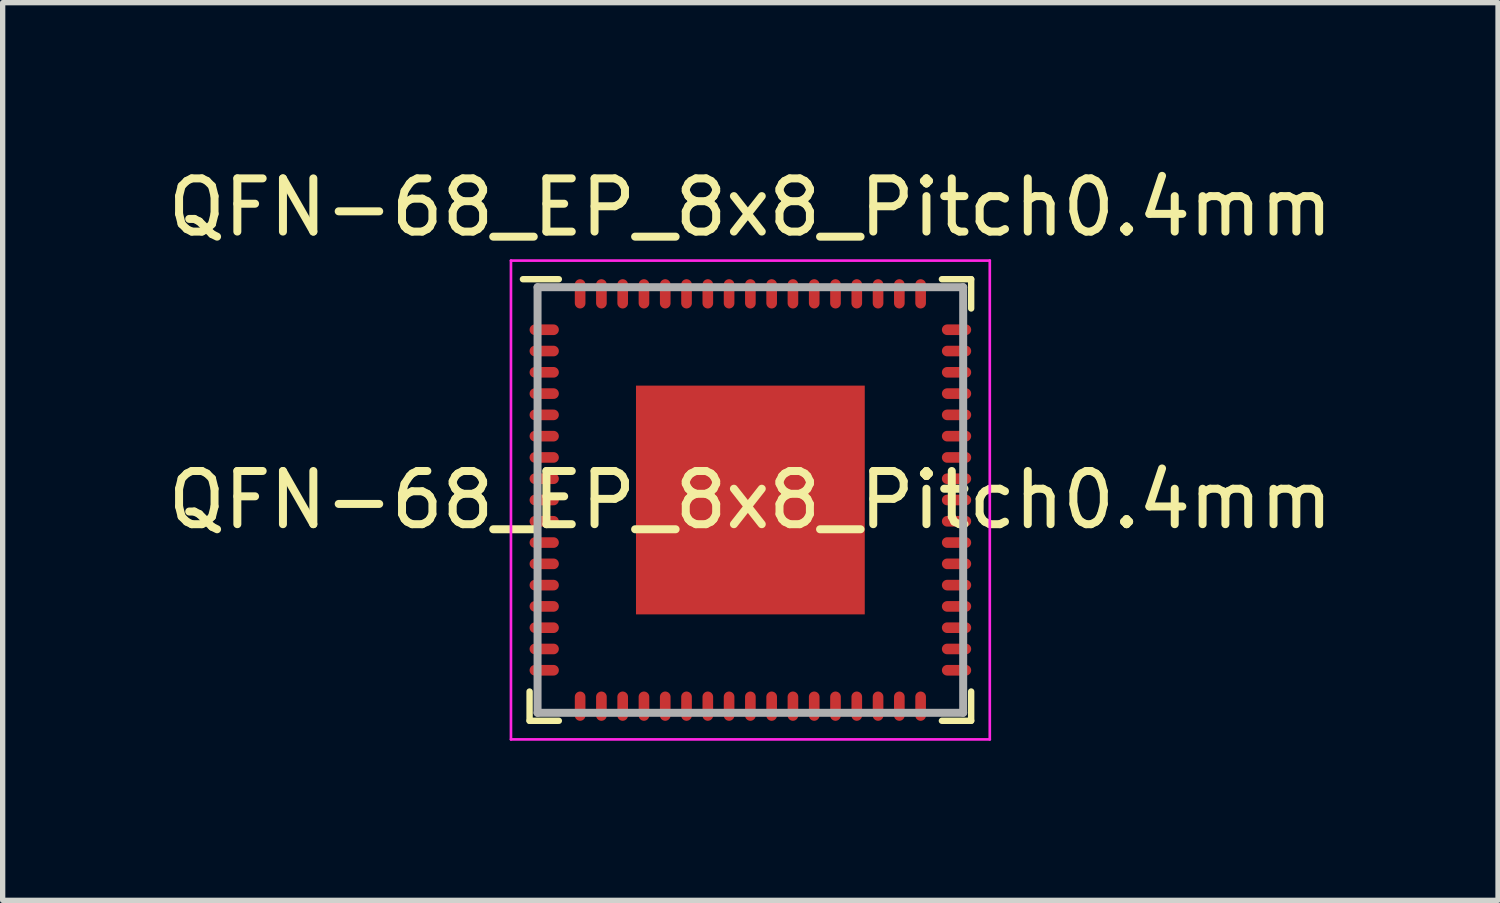
<source format=kicad_pcb>
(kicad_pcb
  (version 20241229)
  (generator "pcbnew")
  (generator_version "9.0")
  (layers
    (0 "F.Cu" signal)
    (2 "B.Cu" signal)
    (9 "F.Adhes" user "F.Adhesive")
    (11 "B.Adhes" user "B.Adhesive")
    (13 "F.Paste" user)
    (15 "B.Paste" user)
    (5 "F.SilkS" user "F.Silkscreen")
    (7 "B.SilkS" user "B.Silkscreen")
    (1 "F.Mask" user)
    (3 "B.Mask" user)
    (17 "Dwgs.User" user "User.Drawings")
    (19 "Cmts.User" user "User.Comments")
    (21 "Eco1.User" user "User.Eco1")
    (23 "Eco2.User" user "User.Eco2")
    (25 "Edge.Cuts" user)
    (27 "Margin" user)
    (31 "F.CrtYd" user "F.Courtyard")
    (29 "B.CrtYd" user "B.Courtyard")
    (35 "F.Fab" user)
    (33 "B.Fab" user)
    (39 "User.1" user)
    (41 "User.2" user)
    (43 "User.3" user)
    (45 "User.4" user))
  (footprint "QFN-68_EP_8x8_Pitch0.4mm"
    (layer "F.Cu")
    (at 11.054 6.348)
    (property "Reference" "QFN-68_EP_8x8_Pitch0.4mm" (at 0 -5.5 0) (layer "F.SilkS") (effects (font (size 1 1) (thickness 0.15))))
    (attr smd)
    (fp_line (start -4.15 4.15) (end -4.15 3.6) (stroke (width 0.12) (type solid)) (layer "F.SilkS"))
    (fp_line (start -3.6 -4.15) (end -4.275 -4.15) (stroke (width 0.12) (type solid)) (layer "F.SilkS"))
    (fp_line (start -3.6 4.15) (end -4.15 4.15) (stroke (width 0.12) (type solid)) (layer "F.SilkS"))
    (fp_line (start 3.6 -4.15) (end 4.15 -4.15) (stroke (width 0.12) (type solid)) (layer "F.SilkS"))
    (fp_line (start 3.6 4.15) (end 4.15 4.15) (stroke (width 0.12) (type solid)) (layer "F.SilkS"))
    (fp_line (start 4.15 -4.15) (end 4.15 -3.6) (stroke (width 0.12) (type solid)) (layer "F.SilkS"))
    (fp_line (start 4.15 4.15) (end 4.15 3.6) (stroke (width 0.12) (type solid)) (layer "F.SilkS"))
    (fp_line (start -4.5 -4.5) (end 4.5 -4.5) (stroke (width 0.05) (type solid)) (layer "F.CrtYd"))
    (fp_line (start -4.5 4.5) (end -4.5 -4.5) (stroke (width 0.05) (type solid)) (layer "F.CrtYd"))
    (fp_line (start 4.5 -4.5) (end 4.5 4.5) (stroke (width 0.05) (type solid)) (layer "F.CrtYd"))
    (fp_line (start 4.5 4.5) (end -4.5 4.5) (stroke (width 0.05) (type solid)) (layer "F.CrtYd"))
    (fp_line (start -4 -4) (end -4 4) (stroke (width 0.15) (type solid)) (layer "F.Fab"))
    (fp_line (start -4 4) (end 4 4) (stroke (width 0.15) (type solid)) (layer "F.Fab"))
    (fp_line (start 4 -4) (end -4 -4) (stroke (width 0.15) (type solid)) (layer "F.Fab"))
    (fp_line (start 4 4) (end 4 -4) (stroke (width 0.15) (type solid)) (layer "F.Fab"))
    (fp_text user "${REFERENCE}" (at 0 0 0) (layer "F.SilkS") (effects (font (size 1 1) (thickness 0.15))))
    (pad "1" smd oval (at -3.875 -3.2 90) (size 0.2 0.55) (layers "F.Cu" "F.Mask" "F.Paste"))
    (pad "2" smd oval (at -3.875 -2.8 90) (size 0.2 0.55) (layers "F.Cu" "F.Mask" "F.Paste"))
    (pad "3" smd oval (at -3.875 -2.4 90) (size 0.2 0.55) (layers "F.Cu" "F.Mask" "F.Paste"))
    (pad "4" smd oval (at -3.875 -2 90) (size 0.2 0.55) (layers "F.Cu" "F.Mask" "F.Paste"))
    (pad "5" smd oval (at -3.875 -1.6 90) (size 0.2 0.55) (layers "F.Cu" "F.Mask" "F.Paste"))
    (pad "6" smd oval (at -3.875 -1.2 90) (size 0.2 0.55) (layers "F.Cu" "F.Mask" "F.Paste"))
    (pad "7" smd oval (at -3.875 -0.8 90) (size 0.2 0.55) (layers "F.Cu" "F.Mask" "F.Paste"))
    (pad "8" smd oval (at -3.875 -0.4 90) (size 0.2 0.55) (layers "F.Cu" "F.Mask" "F.Paste"))
    (pad "9" smd oval (at -3.875 0 90) (size 0.2 0.55) (layers "F.Cu" "F.Mask" "F.Paste"))
    (pad "10" smd oval (at -3.875 0.4 90) (size 0.2 0.55) (layers "F.Cu" "F.Mask" "F.Paste"))
    (pad "11" smd oval (at -3.875 0.8 90) (size 0.2 0.55) (layers "F.Cu" "F.Mask" "F.Paste"))
    (pad "12" smd oval (at -3.875 1.2 90) (size 0.2 0.55) (layers "F.Cu" "F.Mask" "F.Paste"))
    (pad "13" smd oval (at -3.875 1.6 90) (size 0.2 0.55) (layers "F.Cu" "F.Mask" "F.Paste"))
    (pad "14" smd oval (at -3.875 2 90) (size 0.2 0.55) (layers "F.Cu" "F.Mask" "F.Paste"))
    (pad "15" smd oval (at -3.875 2.4 90) (size 0.2 0.55) (layers "F.Cu" "F.Mask" "F.Paste"))
    (pad "16" smd oval (at -3.875 2.8 90) (size 0.2 0.55) (layers "F.Cu" "F.Mask" "F.Paste"))
    (pad "17" smd oval (at -3.875 3.2 90) (size 0.2 0.55) (layers "F.Cu" "F.Mask" "F.Paste"))
    (pad "18" smd oval (at -3.2 3.875) (size 0.2 0.55) (layers "F.Cu" "F.Mask" "F.Paste"))
    (pad "19" smd oval (at -2.8 3.875) (size 0.2 0.55) (layers "F.Cu" "F.Mask" "F.Paste"))
    (pad "20" smd oval (at -2.4 3.875) (size 0.2 0.55) (layers "F.Cu" "F.Mask" "F.Paste"))
    (pad "21" smd oval (at -2 3.875) (size 0.2 0.55) (layers "F.Cu" "F.Mask" "F.Paste"))
    (pad "22" smd oval (at -1.6 3.875) (size 0.2 0.55) (layers "F.Cu" "F.Mask" "F.Paste"))
    (pad "23" smd oval (at -1.2 3.875) (size 0.2 0.55) (layers "F.Cu" "F.Mask" "F.Paste"))
    (pad "24" smd oval (at -0.8 3.875) (size 0.2 0.55) (layers "F.Cu" "F.Mask" "F.Paste"))
    (pad "25" smd oval (at -0.4 3.875) (size 0.2 0.55) (layers "F.Cu" "F.Mask" "F.Paste"))
    (pad "26" smd oval (at 0 3.875) (size 0.2 0.55) (layers "F.Cu" "F.Mask" "F.Paste"))
    (pad "27" smd oval (at 0.4 3.875) (size 0.2 0.55) (layers "F.Cu" "F.Mask" "F.Paste"))
    (pad "28" smd oval (at 0.8 3.875) (size 0.2 0.55) (layers "F.Cu" "F.Mask" "F.Paste"))
    (pad "29" smd oval (at 1.2 3.875) (size 0.2 0.55) (layers "F.Cu" "F.Mask" "F.Paste"))
    (pad "30" smd oval (at 1.6 3.875) (size 0.2 0.55) (layers "F.Cu" "F.Mask" "F.Paste"))
    (pad "31" smd oval (at 2 3.875) (size 0.2 0.55) (layers "F.Cu" "F.Mask" "F.Paste"))
    (pad "32" smd oval (at 2.4 3.875) (size 0.2 0.55) (layers "F.Cu" "F.Mask" "F.Paste"))
    (pad "33" smd oval (at 2.8 3.875) (size 0.2 0.55) (layers "F.Cu" "F.Mask" "F.Paste"))
    (pad "34" smd oval (at 3.2 3.875) (size 0.2 0.55) (layers "F.Cu" "F.Mask" "F.Paste"))
    (pad "35" smd oval (at 3.875 3.2 90) (size 0.2 0.55) (layers "F.Cu" "F.Mask" "F.Paste"))
    (pad "36" smd oval (at 3.875 2.8 90) (size 0.2 0.55) (layers "F.Cu" "F.Mask" "F.Paste"))
    (pad "37" smd oval (at 3.875 2.4 90) (size 0.2 0.55) (layers "F.Cu" "F.Mask" "F.Paste"))
    (pad "38" smd oval (at 3.875 2 90) (size 0.2 0.55) (layers "F.Cu" "F.Mask" "F.Paste"))
    (pad "39" smd oval (at 3.875 1.6 90) (size 0.2 0.55) (layers "F.Cu" "F.Mask" "F.Paste"))
    (pad "40" smd oval (at 3.875 1.2 90) (size 0.2 0.55) (layers "F.Cu" "F.Mask" "F.Paste"))
    (pad "41" smd oval (at 3.875 0.8 90) (size 0.2 0.55) (layers "F.Cu" "F.Mask" "F.Paste"))
    (pad "42" smd oval (at 3.875 0.4 90) (size 0.2 0.55) (layers "F.Cu" "F.Mask" "F.Paste"))
    (pad "43" smd oval (at 3.875 0 90) (size 0.2 0.55) (layers "F.Cu" "F.Mask" "F.Paste"))
    (pad "44" smd oval (at 3.875 -0.4 90) (size 0.2 0.55) (layers "F.Cu" "F.Mask" "F.Paste"))
    (pad "45" smd oval (at 3.875 -0.8 90) (size 0.2 0.55) (layers "F.Cu" "F.Mask" "F.Paste"))
    (pad "46" smd oval (at 3.875 -1.2 90) (size 0.2 0.55) (layers "F.Cu" "F.Mask" "F.Paste"))
    (pad "47" smd oval (at 3.875 -1.6 90) (size 0.2 0.55) (layers "F.Cu" "F.Mask" "F.Paste"))
    (pad "48" smd oval (at 3.875 -2 90) (size 0.2 0.55) (layers "F.Cu" "F.Mask" "F.Paste"))
    (pad "49" smd oval (at 3.875 -2.4 90) (size 0.2 0.55) (layers "F.Cu" "F.Mask" "F.Paste"))
    (pad "50" smd oval (at 3.875 -2.8 90) (size 0.2 0.55) (layers "F.Cu" "F.Mask" "F.Paste"))
    (pad "51" smd oval (at 3.875 -3.2 90) (size 0.2 0.55) (layers "F.Cu" "F.Mask" "F.Paste"))
    (pad "52" smd oval (at 3.2 -3.875) (size 0.2 0.55) (layers "F.Cu" "F.Mask" "F.Paste"))
    (pad "53" smd oval (at 2.8 -3.875) (size 0.2 0.55) (layers "F.Cu" "F.Mask" "F.Paste"))
    (pad "54" smd oval (at 2.4 -3.875) (size 0.2 0.55) (layers "F.Cu" "F.Mask" "F.Paste"))
    (pad "55" smd oval (at 2 -3.875) (size 0.2 0.55) (layers "F.Cu" "F.Mask" "F.Paste"))
    (pad "56" smd oval (at 1.6 -3.875) (size 0.2 0.55) (layers "F.Cu" "F.Mask" "F.Paste"))
    (pad "57" smd oval (at 1.2 -3.875) (size 0.2 0.55) (layers "F.Cu" "F.Mask" "F.Paste"))
    (pad "58" smd oval (at 0.8 -3.875) (size 0.2 0.55) (layers "F.Cu" "F.Mask" "F.Paste"))
    (pad "59" smd oval (at 0.4 -3.875) (size 0.2 0.55) (layers "F.Cu" "F.Mask" "F.Paste"))
    (pad "60" smd oval (at 0 -3.875) (size 0.2 0.55) (layers "F.Cu" "F.Mask" "F.Paste"))
    (pad "61" smd oval (at -0.4 -3.875) (size 0.2 0.55) (layers "F.Cu" "F.Mask" "F.Paste"))
    (pad "62" smd oval (at -0.8 -3.875) (size 0.2 0.55) (layers "F.Cu" "F.Mask" "F.Paste"))
    (pad "63" smd oval (at -1.2 -3.875) (size 0.2 0.55) (layers "F.Cu" "F.Mask" "F.Paste"))
    (pad "64" smd oval (at -1.6 -3.875) (size 0.2 0.55) (layers "F.Cu" "F.Mask" "F.Paste"))
    (pad "65" smd oval (at -2 -3.875) (size 0.2 0.55) (layers "F.Cu" "F.Mask" "F.Paste"))
    (pad "66" smd oval (at -2.4 -3.875) (size 0.2 0.55) (layers "F.Cu" "F.Mask" "F.Paste"))
    (pad "67" smd oval (at -2.8 -3.875) (size 0.2 0.55) (layers "F.Cu" "F.Mask" "F.Paste"))
    (pad "68" smd oval (at -3.2 -3.875) (size 0.2 0.55) (layers "F.Cu" "F.Mask" "F.Paste"))
    (pad "69" smd rect (at 0 0) (size 4.3 4.3) (layers "F.Cu" "F.Mask" "F.Paste")))
  (gr_rect
    (start -3 -3)
    (end 25.107 13.873)
    (stroke (width 0.1) (type default))
    (fill no)
    (layer "Edge.Cuts")))
</source>
